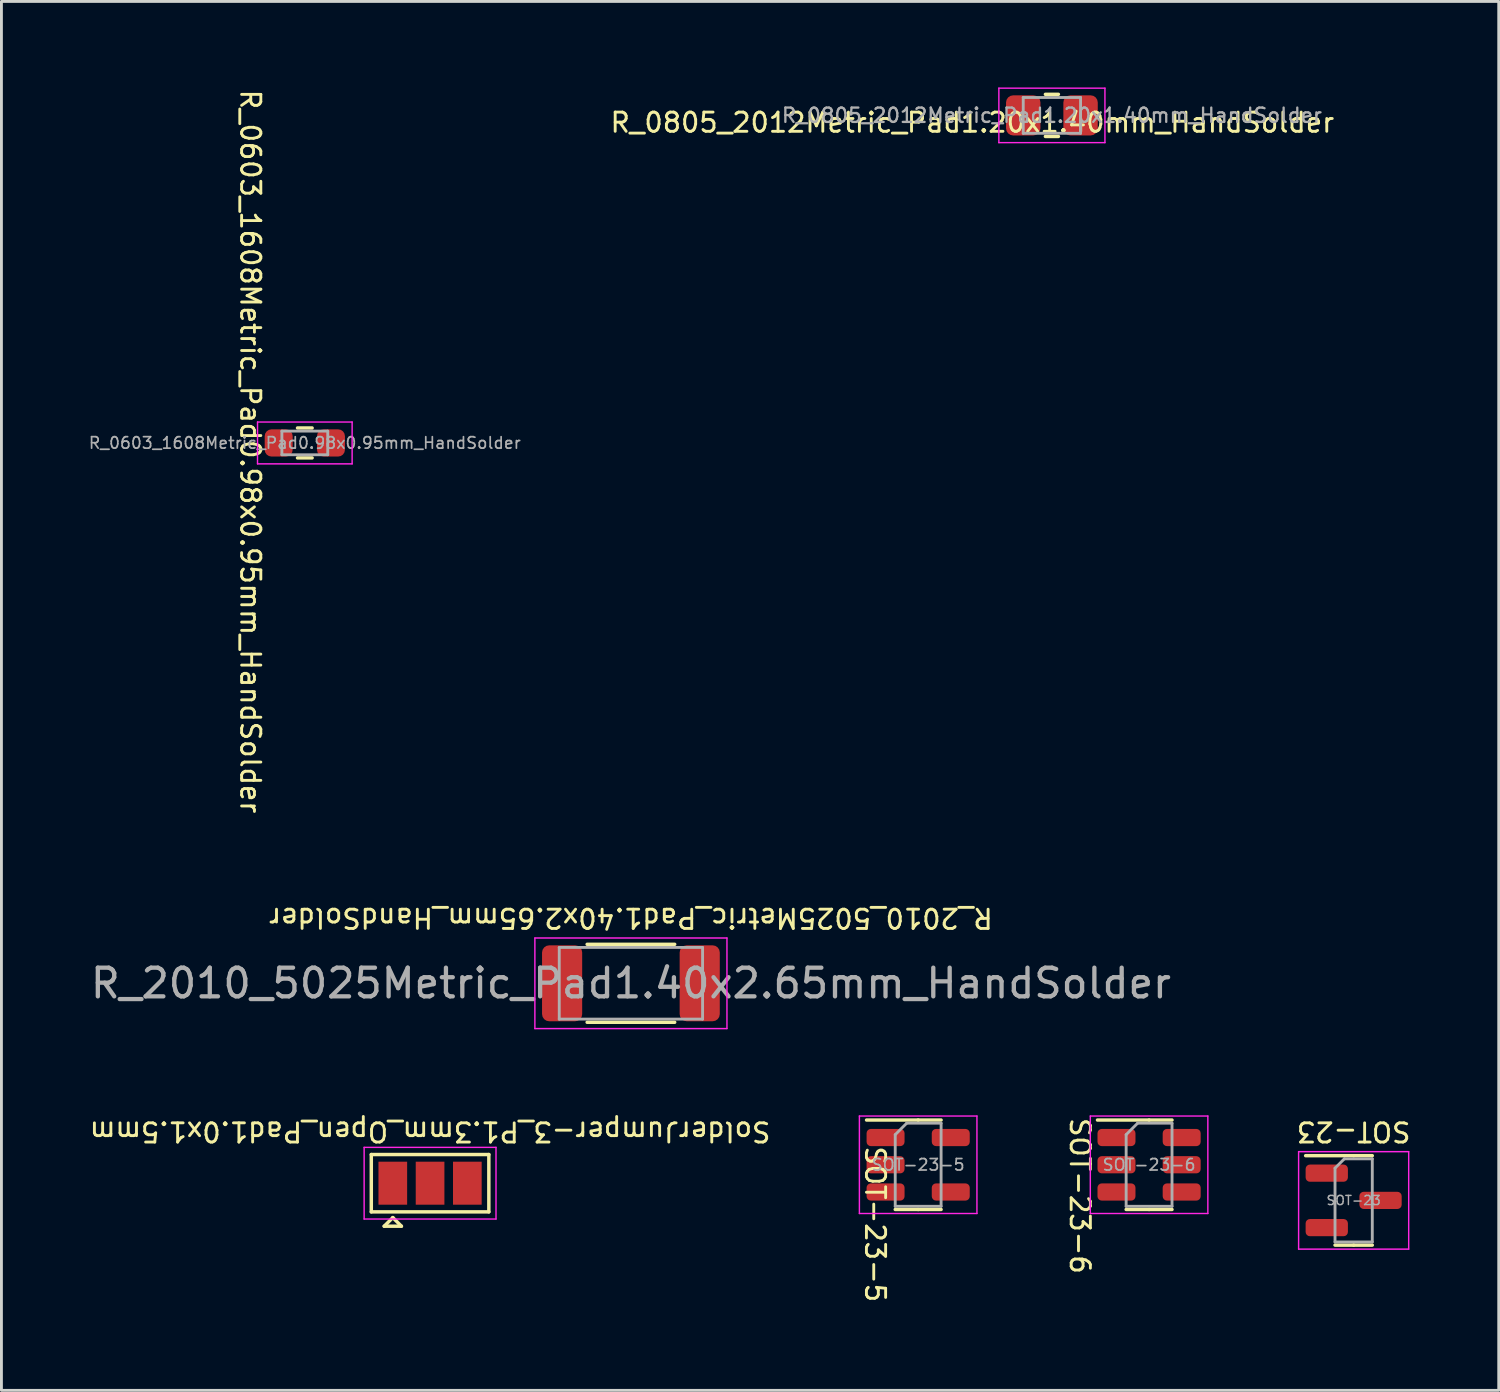
<source format=kicad_pcb>
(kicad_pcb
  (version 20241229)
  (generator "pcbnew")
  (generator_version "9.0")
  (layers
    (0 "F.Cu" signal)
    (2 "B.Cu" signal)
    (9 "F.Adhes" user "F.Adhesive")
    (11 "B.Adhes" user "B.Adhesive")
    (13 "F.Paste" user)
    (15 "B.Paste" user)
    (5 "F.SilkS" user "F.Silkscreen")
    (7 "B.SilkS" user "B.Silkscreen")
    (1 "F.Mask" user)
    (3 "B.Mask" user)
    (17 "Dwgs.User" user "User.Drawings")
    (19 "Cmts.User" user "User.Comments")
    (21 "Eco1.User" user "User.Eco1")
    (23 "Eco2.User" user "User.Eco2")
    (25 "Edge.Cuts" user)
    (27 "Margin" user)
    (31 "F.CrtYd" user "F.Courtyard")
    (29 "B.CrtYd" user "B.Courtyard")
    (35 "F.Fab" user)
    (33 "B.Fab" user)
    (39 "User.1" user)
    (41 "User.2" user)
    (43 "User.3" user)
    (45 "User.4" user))
  (footprint "SOT-23-5"
    (layer "F.Cu")
    (at 28.978 37.58)
    (property "Reference" "SOT-23-5" (at -1.5 2.075 270) (unlocked yes) (layer "F.SilkS") (effects (font (size 0.67 0.67) (thickness 0.1))))
    (attr smd)
    (fp_line (start 0 -1.56) (end -1.8 -1.56) (stroke (width 0.12) (type solid)) (layer "F.SilkS"))
    (fp_line (start 0 -1.56) (end 0.8 -1.56) (stroke (width 0.12) (type solid)) (layer "F.SilkS"))
    (fp_line (start 0 1.56) (end -0.8 1.56) (stroke (width 0.12) (type solid)) (layer "F.SilkS"))
    (fp_line (start 0 1.56) (end 0.8 1.56) (stroke (width 0.12) (type solid)) (layer "F.SilkS"))
    (fp_line (start -2.05 -1.7) (end -2.05 1.7) (stroke (width 0.05) (type solid)) (layer "F.CrtYd"))
    (fp_line (start -2.05 1.7) (end 2.05 1.7) (stroke (width 0.05) (type solid)) (layer "F.CrtYd"))
    (fp_line (start 2.05 -1.7) (end -2.05 -1.7) (stroke (width 0.05) (type solid)) (layer "F.CrtYd"))
    (fp_line (start 2.05 1.7) (end 2.05 -1.7) (stroke (width 0.05) (type solid)) (layer "F.CrtYd"))
    (fp_line (start -0.8 -1.05) (end -0.4 -1.45) (stroke (width 0.1) (type solid)) (layer "F.Fab"))
    (fp_line (start -0.8 1.45) (end -0.8 -1.05) (stroke (width 0.1) (type solid)) (layer "F.Fab"))
    (fp_line (start -0.4 -1.45) (end 0.8 -1.45) (stroke (width 0.1) (type solid)) (layer "F.Fab"))
    (fp_line (start 0.8 -1.45) (end 0.8 1.45) (stroke (width 0.1) (type solid)) (layer "F.Fab"))
    (fp_line (start 0.8 1.45) (end -0.8 1.45) (stroke (width 0.1) (type solid)) (layer "F.Fab"))
    (fp_text user "${REFERENCE}" (at 0 0 0) (layer "F.Fab") (effects (font (size 0.4 0.4) (thickness 0.06))))
    (pad "1" smd roundrect (at -1.137 -0.95) (size 1.325 0.6) (layers "F.Cu" "F.Mask" "F.Paste") (roundrect_rratio 0.25))
    (pad "2" smd roundrect (at -1.137 0) (size 1.325 0.6) (layers "F.Cu" "F.Mask" "F.Paste") (roundrect_rratio 0.25))
    (pad "3" smd roundrect (at -1.137 0.95) (size 1.325 0.6) (layers "F.Cu" "F.Mask" "F.Paste") (roundrect_rratio 0.25))
    (pad "4" smd roundrect (at 1.137 0.95) (size 1.325 0.6) (layers "F.Cu" "F.Mask" "F.Paste") (roundrect_rratio 0.25))
    (pad "5" smd roundrect (at 1.137 -0.95) (size 1.325 0.6) (layers "F.Cu" "F.Mask" "F.Paste") (roundrect_rratio 0.25)))
  (footprint "R_0603_1608Metric_Pad0.98x0.95mm_HandSolder"
    (layer "F.Cu")
    (at 7.583 12.401)
    (property "Reference" "R_0603_1608Metric_Pad0.98x0.95mm_HandSolder" (at -1.9 0.3 270) (unlocked yes) (layer "F.SilkS") (effects (font (size 0.67 0.67) (thickness 0.1))))
    (attr smd)
    (fp_line (start -0.255 -0.522) (end 0.255 -0.522) (stroke (width 0.12) (type solid)) (layer "F.SilkS"))
    (fp_line (start -0.255 0.522) (end 0.255 0.522) (stroke (width 0.12) (type solid)) (layer "F.SilkS"))
    (fp_line (start -1.65 -0.73) (end 1.65 -0.73) (stroke (width 0.05) (type solid)) (layer "F.CrtYd"))
    (fp_line (start -1.65 0.73) (end -1.65 -0.73) (stroke (width 0.05) (type solid)) (layer "F.CrtYd"))
    (fp_line (start 1.65 -0.73) (end 1.65 0.73) (stroke (width 0.05) (type solid)) (layer "F.CrtYd"))
    (fp_line (start 1.65 0.73) (end -1.65 0.73) (stroke (width 0.05) (type solid)) (layer "F.CrtYd"))
    (fp_line (start -0.8 -0.412) (end 0.8 -0.412) (stroke (width 0.1) (type solid)) (layer "F.Fab"))
    (fp_line (start -0.8 0.412) (end -0.8 -0.412) (stroke (width 0.1) (type solid)) (layer "F.Fab"))
    (fp_line (start 0.8 -0.412) (end 0.8 0.412) (stroke (width 0.1) (type solid)) (layer "F.Fab"))
    (fp_line (start 0.8 0.412) (end -0.8 0.412) (stroke (width 0.1) (type solid)) (layer "F.Fab"))
    (fp_text user "${REFERENCE}" (at 0 0 0) (layer "F.Fab") (effects (font (size 0.4 0.4) (thickness 0.06))))
    (pad "1" smd roundrect (at -0.912 0) (size 0.975 0.95) (layers "F.Cu" "F.Mask" "F.Paste") (roundrect_rratio 0.25))
    (pad "2" smd roundrect (at 0.912 0) (size 0.975 0.95) (layers "F.Cu" "F.Mask" "F.Paste") (roundrect_rratio 0.25)))
  (footprint "R_2010_5025Metric_Pad1.40x2.65mm_HandSolder"
    (layer "F.Cu")
    (at 18.958 31.25)
    (property "Reference" "R_2010_5025Metric_Pad1.40x2.65mm_HandSolder" (at 0 -2.28 180) (unlocked yes) (layer "F.SilkS") (effects (font (size 0.67 0.67) (thickness 0.1))))
    (attr smd)
    (fp_line (start -1.527 -1.36) (end 1.527 -1.36) (stroke (width 0.12) (type solid)) (layer "F.SilkS"))
    (fp_line (start -1.527 1.36) (end 1.527 1.36) (stroke (width 0.12) (type solid)) (layer "F.SilkS"))
    (fp_line (start -3.35 -1.58) (end 3.35 -1.58) (stroke (width 0.05) (type solid)) (layer "F.CrtYd"))
    (fp_line (start -3.35 1.58) (end -3.35 -1.58) (stroke (width 0.05) (type solid)) (layer "F.CrtYd"))
    (fp_line (start 3.35 -1.58) (end 3.35 1.58) (stroke (width 0.05) (type solid)) (layer "F.CrtYd"))
    (fp_line (start 3.35 1.58) (end -3.35 1.58) (stroke (width 0.05) (type solid)) (layer "F.CrtYd"))
    (fp_line (start -2.5 -1.25) (end 2.5 -1.25) (stroke (width 0.1) (type solid)) (layer "F.Fab"))
    (fp_line (start -2.5 1.25) (end -2.5 -1.25) (stroke (width 0.1) (type solid)) (layer "F.Fab"))
    (fp_line (start 2.5 -1.25) (end 2.5 1.25) (stroke (width 0.1) (type solid)) (layer "F.Fab"))
    (fp_line (start 2.5 1.25) (end -2.5 1.25) (stroke (width 0.1) (type solid)) (layer "F.Fab"))
    (fp_text user "${REFERENCE}" (at 0 0 180) (layer "F.Fab") (effects (font (size 1 1) (thickness 0.15))))
    (pad "1" smd roundrect (at -2.4 0) (size 1.4 2.65) (layers "F.Cu" "F.Mask" "F.Paste") (roundrect_rratio 0.179))
    (pad "2" smd roundrect (at 2.4 0) (size 1.4 2.65) (layers "F.Cu" "F.Mask" "F.Paste") (roundrect_rratio 0.179)))
  (footprint "R_0805_2012Metric_Pad1.20x1.40mm_HandSolder"
    (layer "F.Cu")
    (at 33.643 0.975)
    (property "Reference" "R_0805_2012Metric_Pad1.20x1.40mm_HandSolder" (at -2.775 0.25 0) (unlocked yes) (layer "F.SilkS") (effects (font (size 0.67 0.67) (thickness 0.1))))
    (attr smd)
    (fp_line (start -0.227 -0.735) (end 0.227 -0.735) (stroke (width 0.12) (type solid)) (layer "F.SilkS"))
    (fp_line (start -0.227 0.735) (end 0.227 0.735) (stroke (width 0.12) (type solid)) (layer "F.SilkS"))
    (fp_line (start -1.85 -0.95) (end 1.85 -0.95) (stroke (width 0.05) (type solid)) (layer "F.CrtYd"))
    (fp_line (start -1.85 0.95) (end -1.85 -0.95) (stroke (width 0.05) (type solid)) (layer "F.CrtYd"))
    (fp_line (start 1.85 -0.95) (end 1.85 0.95) (stroke (width 0.05) (type solid)) (layer "F.CrtYd"))
    (fp_line (start 1.85 0.95) (end -1.85 0.95) (stroke (width 0.05) (type solid)) (layer "F.CrtYd"))
    (fp_line (start -1 -0.625) (end 1 -0.625) (stroke (width 0.1) (type solid)) (layer "F.Fab"))
    (fp_line (start -1 0.625) (end -1 -0.625) (stroke (width 0.1) (type solid)) (layer "F.Fab"))
    (fp_line (start 1 -0.625) (end 1 0.625) (stroke (width 0.1) (type solid)) (layer "F.Fab"))
    (fp_line (start 1 0.625) (end -1 0.625) (stroke (width 0.1) (type solid)) (layer "F.Fab"))
    (fp_text user "${REFERENCE}" (at 0 0 0) (layer "F.Fab") (effects (font (size 0.5 0.5) (thickness 0.08))))
    (pad "1" smd roundrect (at -1 0) (size 1.2 1.4) (layers "F.Cu" "F.Mask" "F.Paste") (roundrect_rratio 0.208))
    (pad "2" smd roundrect (at 1 0) (size 1.2 1.4) (layers "F.Cu" "F.Mask" "F.Paste") (roundrect_rratio 0.208)))
  (footprint "SOT-23"
    (layer "F.Cu")
    (at 44.169 38.823)
    (property "Reference" "SOT-23" (at 0 -2.4 180) (unlocked yes) (layer "F.SilkS") (effects (font (size 0.67 0.67) (thickness 0.1))))
    (attr smd)
    (fp_line (start 0 -1.56) (end -1.675 -1.56) (stroke (width 0.12) (type solid)) (layer "F.SilkS"))
    (fp_line (start 0 -1.56) (end 0.65 -1.56) (stroke (width 0.12) (type solid)) (layer "F.SilkS"))
    (fp_line (start 0 1.56) (end -0.65 1.56) (stroke (width 0.12) (type solid)) (layer "F.SilkS"))
    (fp_line (start 0 1.56) (end 0.65 1.56) (stroke (width 0.12) (type solid)) (layer "F.SilkS"))
    (fp_line (start -1.92 -1.7) (end -1.92 1.7) (stroke (width 0.05) (type solid)) (layer "F.CrtYd"))
    (fp_line (start -1.92 1.7) (end 1.92 1.7) (stroke (width 0.05) (type solid)) (layer "F.CrtYd"))
    (fp_line (start 1.92 -1.7) (end -1.92 -1.7) (stroke (width 0.05) (type solid)) (layer "F.CrtYd"))
    (fp_line (start 1.92 1.7) (end 1.92 -1.7) (stroke (width 0.05) (type solid)) (layer "F.CrtYd"))
    (fp_line (start -0.65 -1.125) (end -0.325 -1.45) (stroke (width 0.1) (type solid)) (layer "F.Fab"))
    (fp_line (start -0.65 1.45) (end -0.65 -1.125) (stroke (width 0.1) (type solid)) (layer "F.Fab"))
    (fp_line (start -0.325 -1.45) (end 0.65 -1.45) (stroke (width 0.1) (type solid)) (layer "F.Fab"))
    (fp_line (start 0.65 -1.45) (end 0.65 1.45) (stroke (width 0.1) (type solid)) (layer "F.Fab"))
    (fp_line (start 0.65 1.45) (end -0.65 1.45) (stroke (width 0.1) (type solid)) (layer "F.Fab"))
    (fp_text user "${REFERENCE}" (at 0 0 0) (layer "F.Fab") (effects (font (size 0.32 0.32) (thickness 0.05))))
    (pad "1" smd roundrect (at -0.938 -0.95) (size 1.475 0.6) (layers "F.Cu" "F.Mask" "F.Paste") (roundrect_rratio 0.25))
    (pad "2" smd roundrect (at -0.938 0.95) (size 1.475 0.6) (layers "F.Cu" "F.Mask" "F.Paste") (roundrect_rratio 0.25))
    (pad "3" smd roundrect (at 0.938 0) (size 1.475 0.6) (layers "F.Cu" "F.Mask" "F.Paste") (roundrect_rratio 0.25)))
  (footprint "SOT-23-6"
    (layer "F.Cu")
    (at 37.033 37.58)
    (property "Reference" "SOT-23-6" (at -2.413 1.087 270) (unlocked yes) (layer "F.SilkS") (effects (font (size 0.67 0.67) (thickness 0.1))))
    (attr smd)
    (fp_line (start 0 -1.56) (end -1.8 -1.56) (stroke (width 0.12) (type solid)) (layer "F.SilkS"))
    (fp_line (start 0 -1.56) (end 0.8 -1.56) (stroke (width 0.12) (type solid)) (layer "F.SilkS"))
    (fp_line (start 0 1.56) (end -0.8 1.56) (stroke (width 0.12) (type solid)) (layer "F.SilkS"))
    (fp_line (start 0 1.56) (end 0.8 1.56) (stroke (width 0.12) (type solid)) (layer "F.SilkS"))
    (fp_line (start -2.05 -1.7) (end -2.05 1.7) (stroke (width 0.05) (type solid)) (layer "F.CrtYd"))
    (fp_line (start -2.05 1.7) (end 2.05 1.7) (stroke (width 0.05) (type solid)) (layer "F.CrtYd"))
    (fp_line (start 2.05 -1.7) (end -2.05 -1.7) (stroke (width 0.05) (type solid)) (layer "F.CrtYd"))
    (fp_line (start 2.05 1.7) (end 2.05 -1.7) (stroke (width 0.05) (type solid)) (layer "F.CrtYd"))
    (fp_line (start -0.8 -1.05) (end -0.4 -1.45) (stroke (width 0.1) (type solid)) (layer "F.Fab"))
    (fp_line (start -0.8 1.45) (end -0.8 -1.05) (stroke (width 0.1) (type solid)) (layer "F.Fab"))
    (fp_line (start -0.4 -1.45) (end 0.8 -1.45) (stroke (width 0.1) (type solid)) (layer "F.Fab"))
    (fp_line (start 0.8 -1.45) (end 0.8 1.45) (stroke (width 0.1) (type solid)) (layer "F.Fab"))
    (fp_line (start 0.8 1.45) (end -0.8 1.45) (stroke (width 0.1) (type solid)) (layer "F.Fab"))
    (fp_text user "${REFERENCE}" (at 0 0 0) (layer "F.Fab") (effects (font (size 0.4 0.4) (thickness 0.06))))
    (pad "1" smd roundrect (at -1.137 -0.95) (size 1.325 0.6) (layers "F.Cu" "F.Mask" "F.Paste") (roundrect_rratio 0.25))
    (pad "2" smd roundrect (at -1.137 0) (size 1.325 0.6) (layers "F.Cu" "F.Mask" "F.Paste") (roundrect_rratio 0.25))
    (pad "3" smd roundrect (at -1.137 0.95) (size 1.325 0.6) (layers "F.Cu" "F.Mask" "F.Paste") (roundrect_rratio 0.25))
    (pad "4" smd roundrect (at 1.137 0.95) (size 1.325 0.6) (layers "F.Cu" "F.Mask" "F.Paste") (roundrect_rratio 0.25))
    (pad "5" smd roundrect (at 1.137 0) (size 1.325 0.6) (layers "F.Cu" "F.Mask" "F.Paste") (roundrect_rratio 0.25))
    (pad "6" smd roundrect (at 1.137 -0.95) (size 1.325 0.6) (layers "F.Cu" "F.Mask" "F.Paste") (roundrect_rratio 0.25)))
  (footprint "SolderJumper-3_P1.3mm_Open_Pad1.0x1.5mm"
    (layer "F.Cu")
    (at 11.952 38.223)
    (property "Reference" "SolderJumper-3_P1.3mm_Open_Pad1.0x1.5mm" (at 0 -1.8 180) (unlocked yes) (layer "F.SilkS") (effects (font (size 0.67 0.67) (thickness 0.1))))
    (attr exclude_from_pos_files)
    (fp_line (start -2.05 -1) (end 2.05 -1) (stroke (width 0.12) (type solid)) (layer "F.SilkS"))
    (fp_line (start -2.05 1) (end -2.05 -1) (stroke (width 0.12) (type solid)) (layer "F.SilkS"))
    (fp_line (start -1.6 1.5) (end -1 1.5) (stroke (width 0.12) (type solid)) (layer "F.SilkS"))
    (fp_line (start -1.3 1.2) (end -1.6 1.5) (stroke (width 0.12) (type solid)) (layer "F.SilkS"))
    (fp_line (start -1.3 1.2) (end -1 1.5) (stroke (width 0.12) (type solid)) (layer "F.SilkS"))
    (fp_line (start 2.05 -1) (end 2.05 1) (stroke (width 0.12) (type solid)) (layer "F.SilkS"))
    (fp_line (start 2.05 1) (end -2.05 1) (stroke (width 0.12) (type solid)) (layer "F.SilkS"))
    (fp_line (start -2.3 -1.25) (end -2.3 1.25) (stroke (width 0.05) (type solid)) (layer "F.CrtYd"))
    (fp_line (start -2.3 -1.25) (end 2.3 -1.25) (stroke (width 0.05) (type solid)) (layer "F.CrtYd"))
    (fp_line (start 2.3 1.25) (end -2.3 1.25) (stroke (width 0.05) (type solid)) (layer "F.CrtYd"))
    (fp_line (start 2.3 1.25) (end 2.3 -1.25) (stroke (width 0.05) (type solid)) (layer "F.CrtYd"))
    (pad "1" smd rect (at -1.3 0) (size 1 1.5) (layers "F.Cu" "F.Mask"))
    (pad "2" smd rect (at 0 0) (size 1 1.5) (layers "F.Cu" "F.Mask"))
    (pad "3" smd rect (at 1.3 0) (size 1 1.5) (layers "F.Cu" "F.Mask")))
  (gr_rect
    (start -3 -3)
    (end 49.23 45.45)
    (stroke (width 0.1) (type default))
    (fill no)
    (layer "Edge.Cuts")))
</source>
